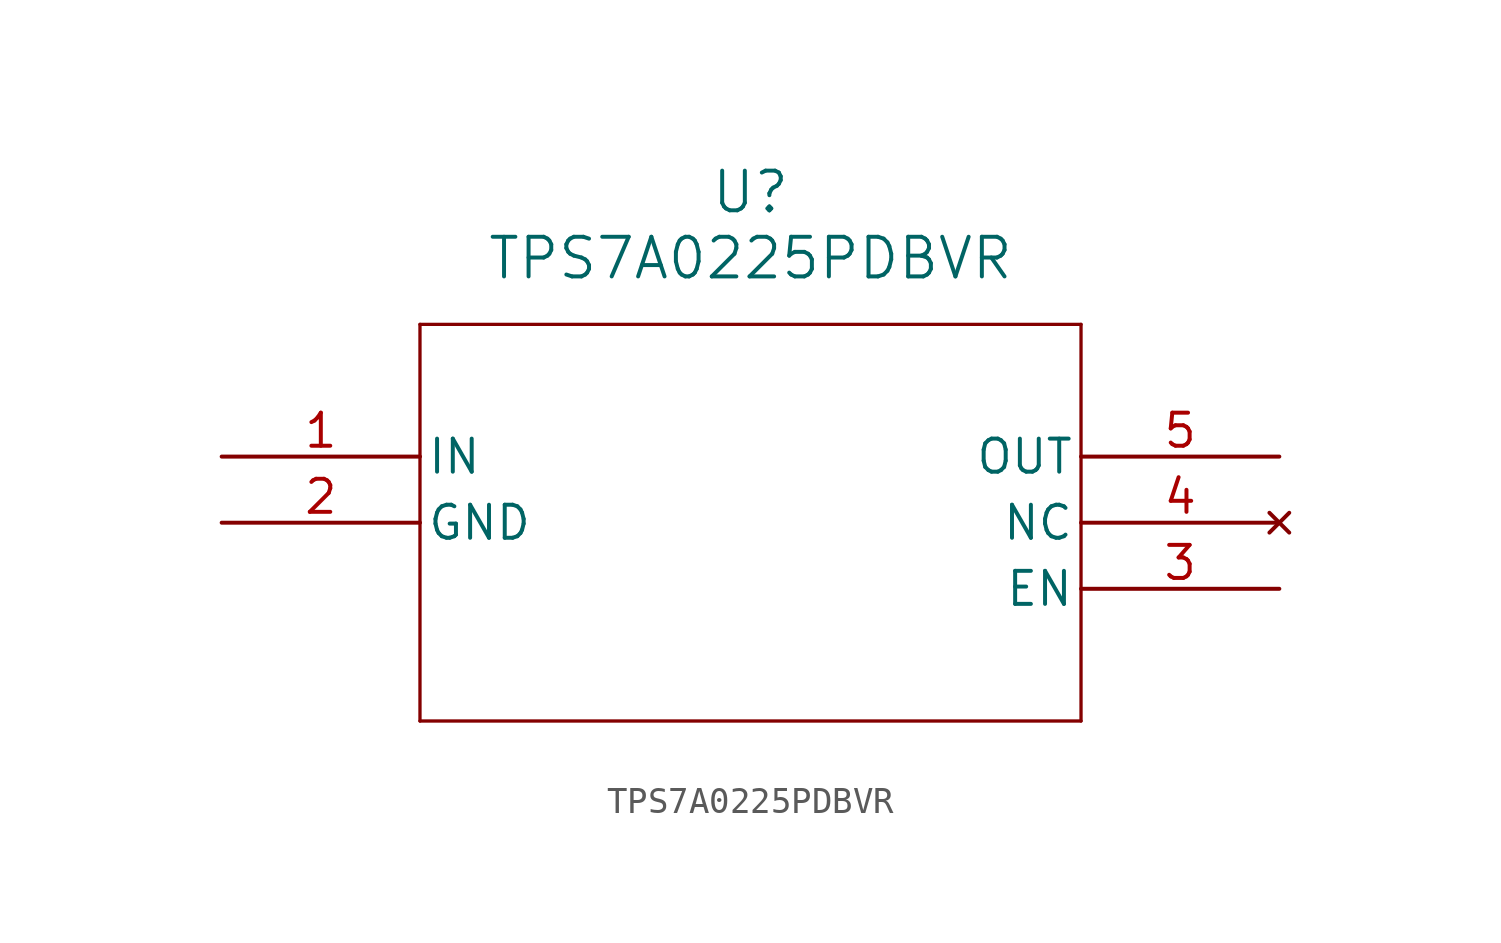
<source format=kicad_sym>
(kicad_symbol_lib
  (version 20211014)
  (generator kicad_symbol_editor)
  (symbol "TPS7A0225PDBVR"
    (pin_names
      (offset 0.254))
    (property "Reference" "U"
      (at 20.32 10.16 0)
      (effects (font (size 1.524 1.524))))
    (property "Value" "TPS7A0225PDBVR"
      (at 20.32 7.62 0)
      (effects (font (size 1.524 1.524))))
    (symbol "TPS7A0225PDBVR_0_1"
      (polyline (pts (xy 7.62 5.08) (xy 7.62 -10.16)) (stroke (width 0.127) (type default) (color 0 0 0 0)) (fill (type none)))
      (polyline (pts (xy 7.62 -10.16) (xy 33.02 -10.16)) (stroke (width 0.127) (type default) (color 0 0 0 0)) (fill (type none)))
      (polyline (pts (xy 33.02 -10.16) (xy 33.02 5.08)) (stroke (width 0.127) (type default) (color 0 0 0 0)) (fill (type none)))
      (polyline (pts (xy 33.02 5.08) (xy 7.62 5.08)) (stroke (width 0.127) (type default) (color 0 0 0 0)) (fill (type none)))
      (pin input line (at 0 0 0) (length 7.62) (name "IN" (effects (font (size 1.27 1.27)))) (number "1" (effects (font (size 1.27 1.27)))))
      (pin power_out line (at 0 -2.54 0) (length 7.62) (name "GND" (effects (font (size 1.27 1.27)))) (number "2" (effects (font (size 1.27 1.27)))))
      (pin input line (at 40.64 -5.08 180) (length 7.62) (name "EN" (effects (font (size 1.27 1.27)))) (number "3" (effects (font (size 1.27 1.27)))))
      (pin no_connect line (at 40.64 -2.54 180) (length 7.62) (name "NC" (effects (font (size 1.27 1.27)))) (number "4" (effects (font (size 1.27 1.27)))))
      (pin output line (at 40.64 0 180) (length 7.62) (name "OUT" (effects (font (size 1.27 1.27)))) (number "5" (effects (font (size 1.27 1.27))))))))
</source>
